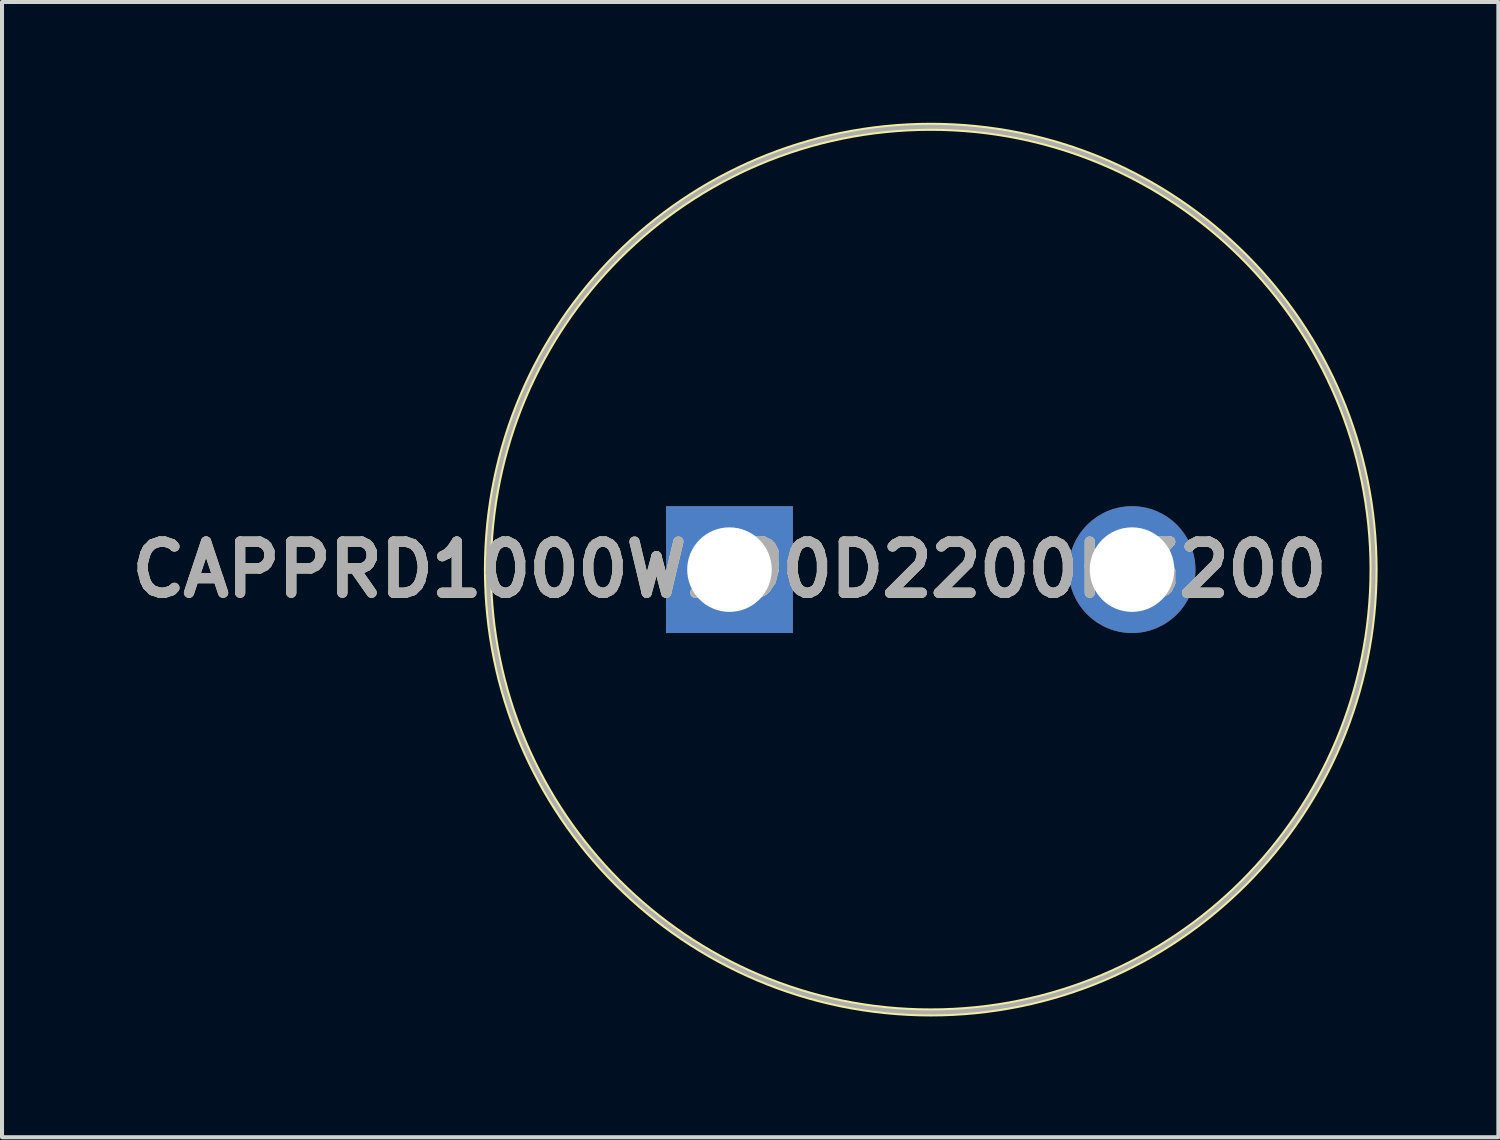
<source format=kicad_pcb>
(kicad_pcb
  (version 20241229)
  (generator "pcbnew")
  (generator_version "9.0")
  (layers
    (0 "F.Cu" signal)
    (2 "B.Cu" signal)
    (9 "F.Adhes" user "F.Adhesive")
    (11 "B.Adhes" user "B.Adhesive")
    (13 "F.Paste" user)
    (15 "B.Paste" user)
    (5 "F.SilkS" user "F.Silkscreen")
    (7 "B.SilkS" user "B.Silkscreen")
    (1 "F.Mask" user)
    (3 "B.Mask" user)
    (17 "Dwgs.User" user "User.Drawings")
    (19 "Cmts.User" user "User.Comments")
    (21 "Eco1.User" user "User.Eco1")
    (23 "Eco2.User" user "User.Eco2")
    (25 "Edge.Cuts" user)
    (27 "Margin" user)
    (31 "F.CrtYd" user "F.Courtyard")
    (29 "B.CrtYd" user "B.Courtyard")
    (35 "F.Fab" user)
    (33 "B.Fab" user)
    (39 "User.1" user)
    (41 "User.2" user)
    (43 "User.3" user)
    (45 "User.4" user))
  (footprint "CAPPRD1000W190D2200H3200"
    (layer "F.Cu")
    (at 15.071 11.1)
    (property "Reference" "CAPPRD1000W190D2200H3200" (at 0 0 0) (layer "F.SilkS") (effects (font (size 1.27 1.27) (thickness 0.254))))
    (attr through_hole)
    (fp_circle (center 5 0) (end 5 11) (stroke (width 0.2) (type solid)) (fill no) (layer "F.SilkS"))
    (fp_circle (center 5 0) (end 5 11) (stroke (width 0.1) (type solid)) (fill no) (layer "F.Fab"))
    (fp_text user "${REFERENCE}" (at 0 0 0) (layer "F.Fab") (effects (font (size 1.27 1.27) (thickness 0.254))))
    (pad "1" thru_hole rect (at 0 0) (size 3.15 3.15) (drill 2.1) (layers "*.Cu" "*.Mask"))
    (pad "2" thru_hole circle (at 10 0) (size 3.15 3.15) (drill 2.1) (layers "*.Cu" "*.Mask")))
  (gr_rect
    (start -3 -3)
    (end 34.171 25.2)
    (stroke (width 0.1) (type default))
    (fill no)
    (layer "Edge.Cuts")))
</source>
